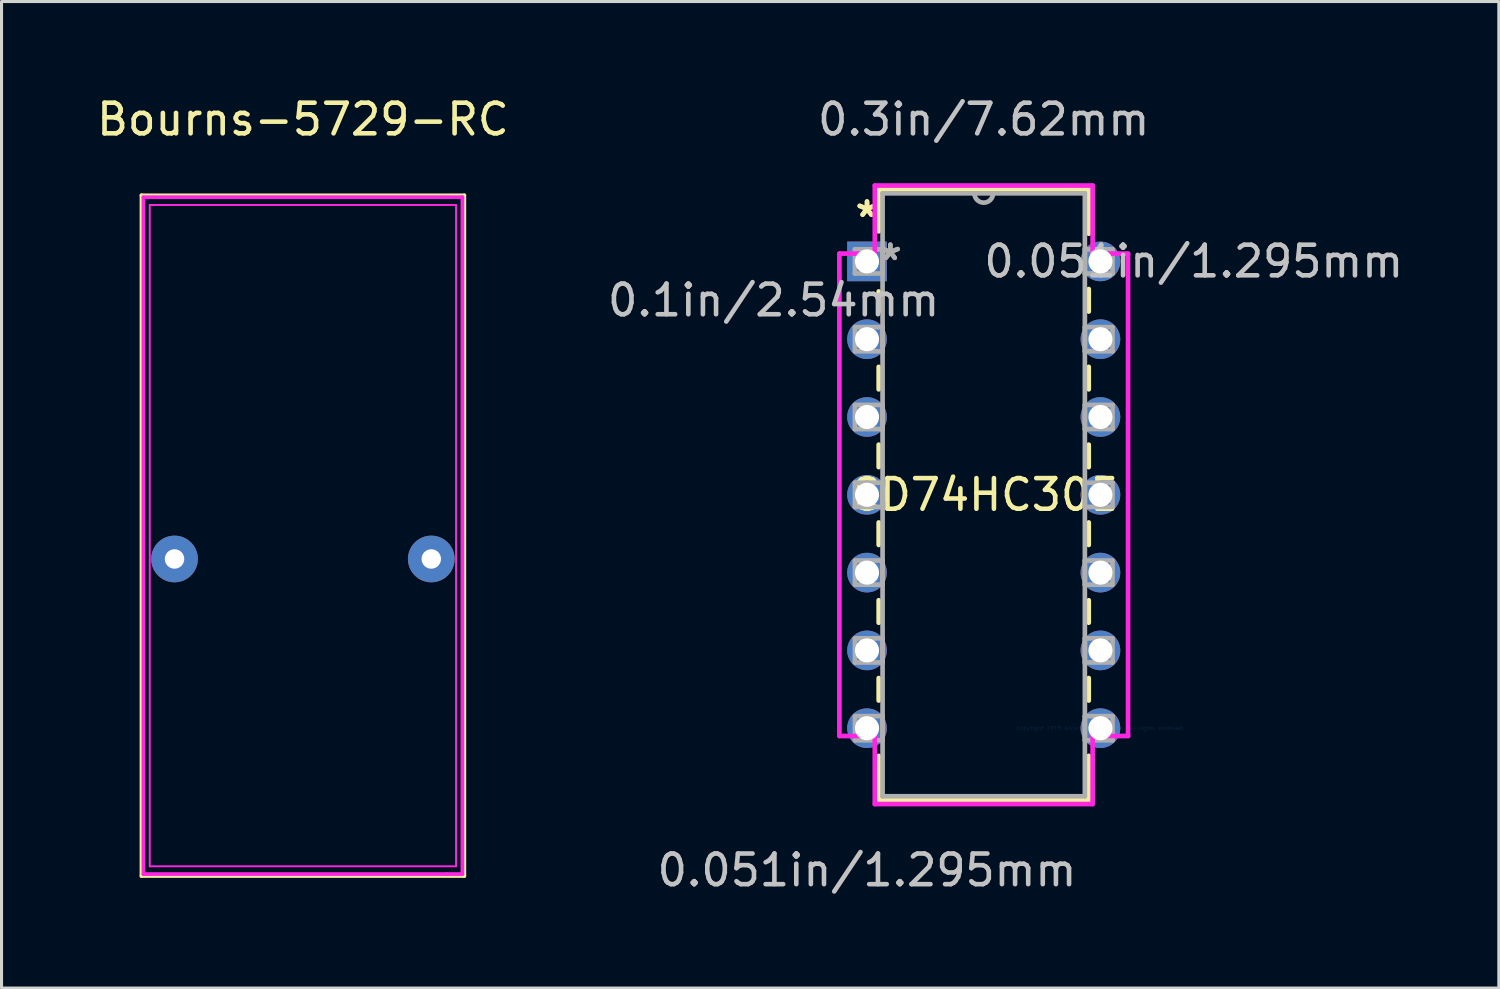
<source format=kicad_pcb>
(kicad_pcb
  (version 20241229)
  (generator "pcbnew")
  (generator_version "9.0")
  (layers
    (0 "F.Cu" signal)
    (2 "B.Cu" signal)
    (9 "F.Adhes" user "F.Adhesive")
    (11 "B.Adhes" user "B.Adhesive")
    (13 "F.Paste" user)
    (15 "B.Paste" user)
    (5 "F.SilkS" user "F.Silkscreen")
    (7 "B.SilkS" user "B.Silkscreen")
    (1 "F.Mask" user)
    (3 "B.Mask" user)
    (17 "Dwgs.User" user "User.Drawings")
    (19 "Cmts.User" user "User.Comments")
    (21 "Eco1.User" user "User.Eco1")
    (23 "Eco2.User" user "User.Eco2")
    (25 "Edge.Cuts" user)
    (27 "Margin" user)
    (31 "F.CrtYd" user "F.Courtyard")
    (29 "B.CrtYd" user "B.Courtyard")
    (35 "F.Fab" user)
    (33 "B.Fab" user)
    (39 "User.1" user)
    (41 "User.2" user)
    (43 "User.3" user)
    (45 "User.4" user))
  (footprint "Bourns-5729-RC"
    (layer "F.Cu")
    (at 6.839 15.199)
    (property "Reference" "Bourns-5729-RC" (at 0 -14.351 0) (layer "F.SilkS") (effects (font (size 1 1) (thickness 0.15))))
    (attr through_hole)
    (fp_line (start -5.271 -11.874) (end 5.271 -11.874) (stroke (width 0.12) (type solid)) (layer "F.SilkS"))
    (fp_line (start -5.271 10.351) (end -5.271 -11.874) (stroke (width 0.12) (type solid)) (layer "F.SilkS"))
    (fp_line (start 5.271 -11.874) (end 5.271 10.351) (stroke (width 0.12) (type solid)) (layer "F.SilkS"))
    (fp_line (start 5.271 10.351) (end -5.271 10.351) (stroke (width 0.12) (type solid)) (layer "F.SilkS"))
    (fp_line (start -5.207 -11.811) (end 5.207 -11.811) (stroke (width 0.12) (type solid)) (layer "F.CrtYd"))
    (fp_line (start -5.207 10.287) (end -5.207 -11.811) (stroke (width 0.12) (type solid)) (layer "F.CrtYd"))
    (fp_line (start -5 -11.557) (end 5 -11.557) (stroke (width 0.064) (type solid)) (layer "F.CrtYd"))
    (fp_line (start -5 10.033) (end -5 -11.557) (stroke (width 0.064) (type solid)) (layer "F.CrtYd"))
    (fp_line (start -5 10.033) (end 5 10.033) (stroke (width 0.064) (type solid)) (layer "F.CrtYd"))
    (fp_line (start 4.699 10.287) (end -5.207 10.287) (stroke (width 0.12) (type solid)) (layer "F.CrtYd"))
    (fp_line (start 5 10.033) (end 5 -11.557) (stroke (width 0.064) (type solid)) (layer "F.CrtYd"))
    (fp_line (start 5.207 -11.811) (end 5.207 10.287) (stroke (width 0.12) (type solid)) (layer "F.CrtYd"))
    (fp_line (start 5.207 10.287) (end 4.699 10.287) (stroke (width 0.12) (type solid)) (layer "F.CrtYd"))
    (pad "1" thru_hole circle (at -4.191 0) (size 1.524 1.524) (drill 0.635) (layers "*.Cu" "*.Mask"))
    (pad "2" thru_hole circle (at 4.191 0) (size 1.524 1.524) (drill 0.635) (layers "*.Cu" "*.Mask")))
  (footprint "CD74HC30E"
    (layer "F.Cu")
    (at 32.876 20.724)
    (property "Reference" "CD74HC30E" (at -3.81 -7.62 0) (layer "F.SilkS") (effects (font (size 1 1) (thickness 0.15))))
    (attr through_hole)
    (fp_line (start -7.239 -17.59) (end -7.239 -16.22) (stroke (width 0.152) (type solid)) (layer "F.SilkS"))
    (fp_line (start -7.239 -14.26) (end -7.239 -13.603) (stroke (width 0.152) (type solid)) (layer "F.SilkS"))
    (fp_line (start -7.239 -11.797) (end -7.239 -11.063) (stroke (width 0.152) (type solid)) (layer "F.SilkS"))
    (fp_line (start -7.239 -9.257) (end -7.239 -8.523) (stroke (width 0.152) (type solid)) (layer "F.SilkS"))
    (fp_line (start -7.239 -6.717) (end -7.239 -5.983) (stroke (width 0.152) (type solid)) (layer "F.SilkS"))
    (fp_line (start -7.239 -4.177) (end -7.239 -3.443) (stroke (width 0.152) (type solid)) (layer "F.SilkS"))
    (fp_line (start -7.239 -1.637) (end -7.239 -0.903) (stroke (width 0.152) (type solid)) (layer "F.SilkS"))
    (fp_line (start -7.239 0.903) (end -7.239 2.349) (stroke (width 0.152) (type solid)) (layer "F.SilkS"))
    (fp_line (start -7.239 2.349) (end -0.381 2.349) (stroke (width 0.152) (type solid)) (layer "F.SilkS"))
    (fp_line (start -0.381 -17.59) (end -7.239 -17.59) (stroke (width 0.152) (type solid)) (layer "F.SilkS"))
    (fp_line (start -0.381 -16.143) (end -0.381 -17.59) (stroke (width 0.152) (type solid)) (layer "F.SilkS"))
    (fp_line (start -0.381 -13.603) (end -0.381 -14.337) (stroke (width 0.152) (type solid)) (layer "F.SilkS"))
    (fp_line (start -0.381 -11.063) (end -0.381 -11.797) (stroke (width 0.152) (type solid)) (layer "F.SilkS"))
    (fp_line (start -0.381 -8.523) (end -0.381 -9.257) (stroke (width 0.152) (type solid)) (layer "F.SilkS"))
    (fp_line (start -0.381 -5.983) (end -0.381 -6.717) (stroke (width 0.152) (type solid)) (layer "F.SilkS"))
    (fp_line (start -0.381 -3.443) (end -0.381 -4.177) (stroke (width 0.152) (type solid)) (layer "F.SilkS"))
    (fp_line (start -0.381 -0.903) (end -0.381 -1.637) (stroke (width 0.152) (type solid)) (layer "F.SilkS"))
    (fp_line (start -0.381 2.349) (end -0.381 0.903) (stroke (width 0.152) (type solid)) (layer "F.SilkS"))
    (fp_line (start -8.522 -15.494) (end -8.522 0.254) (stroke (width 0.152) (type solid)) (layer "F.CrtYd"))
    (fp_line (start -8.522 0.254) (end -7.366 0.254) (stroke (width 0.152) (type solid)) (layer "F.CrtYd"))
    (fp_line (start -7.366 -17.716) (end -7.366 -15.494) (stroke (width 0.152) (type solid)) (layer "F.CrtYd"))
    (fp_line (start -7.366 -15.494) (end -8.522 -15.494) (stroke (width 0.152) (type solid)) (layer "F.CrtYd"))
    (fp_line (start -7.366 0.254) (end -7.366 2.477) (stroke (width 0.152) (type solid)) (layer "F.CrtYd"))
    (fp_line (start -7.366 2.477) (end -0.254 2.477) (stroke (width 0.152) (type solid)) (layer "F.CrtYd"))
    (fp_line (start -0.254 -17.716) (end -7.366 -17.716) (stroke (width 0.152) (type solid)) (layer "F.CrtYd"))
    (fp_line (start -0.254 -15.494) (end -0.254 -17.716) (stroke (width 0.152) (type solid)) (layer "F.CrtYd"))
    (fp_line (start -0.254 0.254) (end 0.902 0.254) (stroke (width 0.152) (type solid)) (layer "F.CrtYd"))
    (fp_line (start -0.254 2.477) (end -0.254 0.254) (stroke (width 0.152) (type solid)) (layer "F.CrtYd"))
    (fp_line (start 0.902 -15.494) (end -0.254 -15.494) (stroke (width 0.152) (type solid)) (layer "F.CrtYd"))
    (fp_line (start 0.902 0.254) (end 0.902 -15.494) (stroke (width 0.152) (type solid)) (layer "F.CrtYd"))
    (fp_line (start -8.014 -15.634) (end -8.014 -14.846) (stroke (width 0.152) (type solid)) (layer "F.Fab"))
    (fp_line (start -8.014 -14.846) (end -7.112 -14.846) (stroke (width 0.152) (type solid)) (layer "F.Fab"))
    (fp_line (start -8.014 -13.094) (end -8.014 -12.306) (stroke (width 0.152) (type solid)) (layer "F.Fab"))
    (fp_line (start -8.014 -12.306) (end -7.112 -12.306) (stroke (width 0.152) (type solid)) (layer "F.Fab"))
    (fp_line (start -8.014 -10.554) (end -8.014 -9.766) (stroke (width 0.152) (type solid)) (layer "F.Fab"))
    (fp_line (start -8.014 -9.766) (end -7.112 -9.766) (stroke (width 0.152) (type solid)) (layer "F.Fab"))
    (fp_line (start -8.014 -8.014) (end -8.014 -7.226) (stroke (width 0.152) (type solid)) (layer "F.Fab"))
    (fp_line (start -8.014 -7.226) (end -7.112 -7.226) (stroke (width 0.152) (type solid)) (layer "F.Fab"))
    (fp_line (start -8.014 -5.474) (end -8.014 -4.686) (stroke (width 0.152) (type solid)) (layer "F.Fab"))
    (fp_line (start -8.014 -4.686) (end -7.112 -4.686) (stroke (width 0.152) (type solid)) (layer "F.Fab"))
    (fp_line (start -8.014 -2.934) (end -8.014 -2.146) (stroke (width 0.152) (type solid)) (layer "F.Fab"))
    (fp_line (start -8.014 -2.146) (end -7.112 -2.146) (stroke (width 0.152) (type solid)) (layer "F.Fab"))
    (fp_line (start -8.014 -0.394) (end -8.014 0.394) (stroke (width 0.152) (type solid)) (layer "F.Fab"))
    (fp_line (start -8.014 0.394) (end -7.112 0.394) (stroke (width 0.152) (type solid)) (layer "F.Fab"))
    (fp_line (start -7.112 -17.462) (end -7.112 2.223) (stroke (width 0.152) (type solid)) (layer "F.Fab"))
    (fp_line (start -7.112 -15.634) (end -8.014 -15.634) (stroke (width 0.152) (type solid)) (layer "F.Fab"))
    (fp_line (start -7.112 -14.846) (end -7.112 -15.634) (stroke (width 0.152) (type solid)) (layer "F.Fab"))
    (fp_line (start -7.112 -13.094) (end -8.014 -13.094) (stroke (width 0.152) (type solid)) (layer "F.Fab"))
    (fp_line (start -7.112 -12.306) (end -7.112 -13.094) (stroke (width 0.152) (type solid)) (layer "F.Fab"))
    (fp_line (start -7.112 -10.554) (end -8.014 -10.554) (stroke (width 0.152) (type solid)) (layer "F.Fab"))
    (fp_line (start -7.112 -9.766) (end -7.112 -10.554) (stroke (width 0.152) (type solid)) (layer "F.Fab"))
    (fp_line (start -7.112 -8.014) (end -8.014 -8.014) (stroke (width 0.152) (type solid)) (layer "F.Fab"))
    (fp_line (start -7.112 -7.226) (end -7.112 -8.014) (stroke (width 0.152) (type solid)) (layer "F.Fab"))
    (fp_line (start -7.112 -5.474) (end -8.014 -5.474) (stroke (width 0.152) (type solid)) (layer "F.Fab"))
    (fp_line (start -7.112 -4.686) (end -7.112 -5.474) (stroke (width 0.152) (type solid)) (layer "F.Fab"))
    (fp_line (start -7.112 -2.934) (end -8.014 -2.934) (stroke (width 0.152) (type solid)) (layer "F.Fab"))
    (fp_line (start -7.112 -2.146) (end -7.112 -2.934) (stroke (width 0.152) (type solid)) (layer "F.Fab"))
    (fp_line (start -7.112 -0.394) (end -8.014 -0.394) (stroke (width 0.152) (type solid)) (layer "F.Fab"))
    (fp_line (start -7.112 0.394) (end -7.112 -0.394) (stroke (width 0.152) (type solid)) (layer "F.Fab"))
    (fp_line (start -7.112 2.223) (end -0.508 2.223) (stroke (width 0.152) (type solid)) (layer "F.Fab"))
    (fp_line (start -0.508 -17.462) (end -7.112 -17.462) (stroke (width 0.152) (type solid)) (layer "F.Fab"))
    (fp_line (start -0.508 -15.634) (end -0.508 -14.846) (stroke (width 0.152) (type solid)) (layer "F.Fab"))
    (fp_line (start -0.508 -14.846) (end 0.394 -14.846) (stroke (width 0.152) (type solid)) (layer "F.Fab"))
    (fp_line (start -0.508 -13.094) (end -0.508 -12.306) (stroke (width 0.152) (type solid)) (layer "F.Fab"))
    (fp_line (start -0.508 -12.306) (end 0.394 -12.306) (stroke (width 0.152) (type solid)) (layer "F.Fab"))
    (fp_line (start -0.508 -10.554) (end -0.508 -9.766) (stroke (width 0.152) (type solid)) (layer "F.Fab"))
    (fp_line (start -0.508 -9.766) (end 0.394 -9.766) (stroke (width 0.152) (type solid)) (layer "F.Fab"))
    (fp_line (start -0.508 -8.014) (end -0.508 -7.226) (stroke (width 0.152) (type solid)) (layer "F.Fab"))
    (fp_line (start -0.508 -7.226) (end 0.394 -7.226) (stroke (width 0.152) (type solid)) (layer "F.Fab"))
    (fp_line (start -0.508 -5.474) (end -0.508 -4.686) (stroke (width 0.152) (type solid)) (layer "F.Fab"))
    (fp_line (start -0.508 -4.686) (end 0.394 -4.686) (stroke (width 0.152) (type solid)) (layer "F.Fab"))
    (fp_line (start -0.508 -2.934) (end -0.508 -2.146) (stroke (width 0.152) (type solid)) (layer "F.Fab"))
    (fp_line (start -0.508 -2.146) (end 0.394 -2.146) (stroke (width 0.152) (type solid)) (layer "F.Fab"))
    (fp_line (start -0.508 -0.394) (end -0.508 0.394) (stroke (width 0.152) (type solid)) (layer "F.Fab"))
    (fp_line (start -0.508 0.394) (end 0.394 0.394) (stroke (width 0.152) (type solid)) (layer "F.Fab"))
    (fp_line (start -0.508 2.223) (end -0.508 -17.462) (stroke (width 0.152) (type solid)) (layer "F.Fab"))
    (fp_line (start 0.394 -15.634) (end -0.508 -15.634) (stroke (width 0.152) (type solid)) (layer "F.Fab"))
    (fp_line (start 0.394 -14.846) (end 0.394 -15.634) (stroke (width 0.152) (type solid)) (layer "F.Fab"))
    (fp_line (start 0.394 -13.094) (end -0.508 -13.094) (stroke (width 0.152) (type solid)) (layer "F.Fab"))
    (fp_line (start 0.394 -12.306) (end 0.394 -13.094) (stroke (width 0.152) (type solid)) (layer "F.Fab"))
    (fp_line (start 0.394 -10.554) (end -0.508 -10.554) (stroke (width 0.152) (type solid)) (layer "F.Fab"))
    (fp_line (start 0.394 -9.766) (end 0.394 -10.554) (stroke (width 0.152) (type solid)) (layer "F.Fab"))
    (fp_line (start 0.394 -8.014) (end -0.508 -8.014) (stroke (width 0.152) (type solid)) (layer "F.Fab"))
    (fp_line (start 0.394 -7.226) (end 0.394 -8.014) (stroke (width 0.152) (type solid)) (layer "F.Fab"))
    (fp_line (start 0.394 -5.474) (end -0.508 -5.474) (stroke (width 0.152) (type solid)) (layer "F.Fab"))
    (fp_line (start 0.394 -4.686) (end 0.394 -5.474) (stroke (width 0.152) (type solid)) (layer "F.Fab"))
    (fp_line (start 0.394 -2.934) (end -0.508 -2.934) (stroke (width 0.152) (type solid)) (layer "F.Fab"))
    (fp_line (start 0.394 -2.146) (end 0.394 -2.934) (stroke (width 0.152) (type solid)) (layer "F.Fab"))
    (fp_line (start 0.394 -0.394) (end -0.508 -0.394) (stroke (width 0.152) (type solid)) (layer "F.Fab"))
    (fp_line (start 0.394 0.394) (end 0.394 -0.394) (stroke (width 0.152) (type solid)) (layer "F.Fab"))
    (fp_arc (start -3.5052 -17.4625) (mid -3.81 -17.1577) (end -4.1148 -17.4625) (stroke (width 0.1524) (type solid)) (layer "F.Fab"))
    (fp_text user "*" (at -7.62 -16.65 0) (layer "F.SilkS") (effects (font (size 1 1) (thickness 0.15))))
    (fp_text user "*" (at -7.62 -16.65 0) (layer "F.SilkS") (effects (font (size 1 1) (thickness 0.15))))
    (fp_text user "0.051in/1.295mm" (at -7.62 4.636 0) (layer "Dwgs.User") (effects (font (size 1 1) (thickness 0.15))))
    (fp_text user "0.3in/7.62mm" (at -3.81 -19.875 0) (layer "Dwgs.User") (effects (font (size 1 1) (thickness 0.15))))
    (fp_text user "0.1in/2.54mm" (at -10.668 -13.97 0) (layer "Dwgs.User") (effects (font (size 1 1) (thickness 0.15))))
    (fp_text user "0.051in/1.295mm" (at 3.048 -15.24 0) (layer "Dwgs.User") (effects (font (size 1 1) (thickness 0.15))))
    (fp_text user "Copyright 2016 Accelerated Designs. All rights reserved." (at 0 0 0) (layer "Cmts.User") (effects (font (size 0.127 0.127) (thickness 0.002))))
    (fp_text user "*" (at -6.858 -15.24 0) (layer "F.Fab") (effects (font (size 1 1) (thickness 0.15))))
    (fp_text user "*" (at -6.858 -15.24 0) (layer "F.Fab") (effects (font (size 1 1) (thickness 0.15))))
    (pad "1" thru_hole rect (at -7.62 -15.24) (size 1.295 1.295) (drill 0.787) (layers "*.Cu" "*.Mask"))
    (pad "2" thru_hole circle (at -7.62 -12.7) (size 1.295 1.295) (drill 0.787) (layers "*.Cu" "*.Mask"))
    (pad "3" thru_hole circle (at -7.62 -10.16) (size 1.295 1.295) (drill 0.787) (layers "*.Cu" "*.Mask"))
    (pad "4" thru_hole circle (at -7.62 -7.62) (size 1.295 1.295) (drill 0.787) (layers "*.Cu" "*.Mask"))
    (pad "5" thru_hole circle (at -7.62 -5.08) (size 1.295 1.295) (drill 0.787) (layers "*.Cu" "*.Mask"))
    (pad "6" thru_hole circle (at -7.62 -2.54) (size 1.295 1.295) (drill 0.787) (layers "*.Cu" "*.Mask"))
    (pad "7" thru_hole circle (at -7.62 0) (size 1.295 1.295) (drill 0.787) (layers "*.Cu" "*.Mask"))
    (pad "8" thru_hole circle (at 0 0) (size 1.295 1.295) (drill 0.787) (layers "*.Cu" "*.Mask"))
    (pad "9" thru_hole circle (at 0 -2.54) (size 1.295 1.295) (drill 0.787) (layers "*.Cu" "*.Mask"))
    (pad "10" thru_hole circle (at 0 -5.08) (size 1.295 1.295) (drill 0.787) (layers "*.Cu" "*.Mask"))
    (pad "11" thru_hole circle (at 0 -7.62) (size 1.295 1.295) (drill 0.787) (layers "*.Cu" "*.Mask"))
    (pad "12" thru_hole circle (at 0 -10.16) (size 1.295 1.295) (drill 0.787) (layers "*.Cu" "*.Mask"))
    (pad "13" thru_hole circle (at 0 -12.7) (size 1.295 1.295) (drill 0.787) (layers "*.Cu" "*.Mask"))
    (pad "14" thru_hole circle (at 0 -15.24) (size 1.295 1.295) (drill 0.787) (layers "*.Cu" "*.Mask")))
  (gr_rect
    (start -3 -3)
    (end 45.883 29.207)
    (stroke (width 0.1) (type default))
    (fill no)
    (layer "Edge.Cuts")))
</source>
